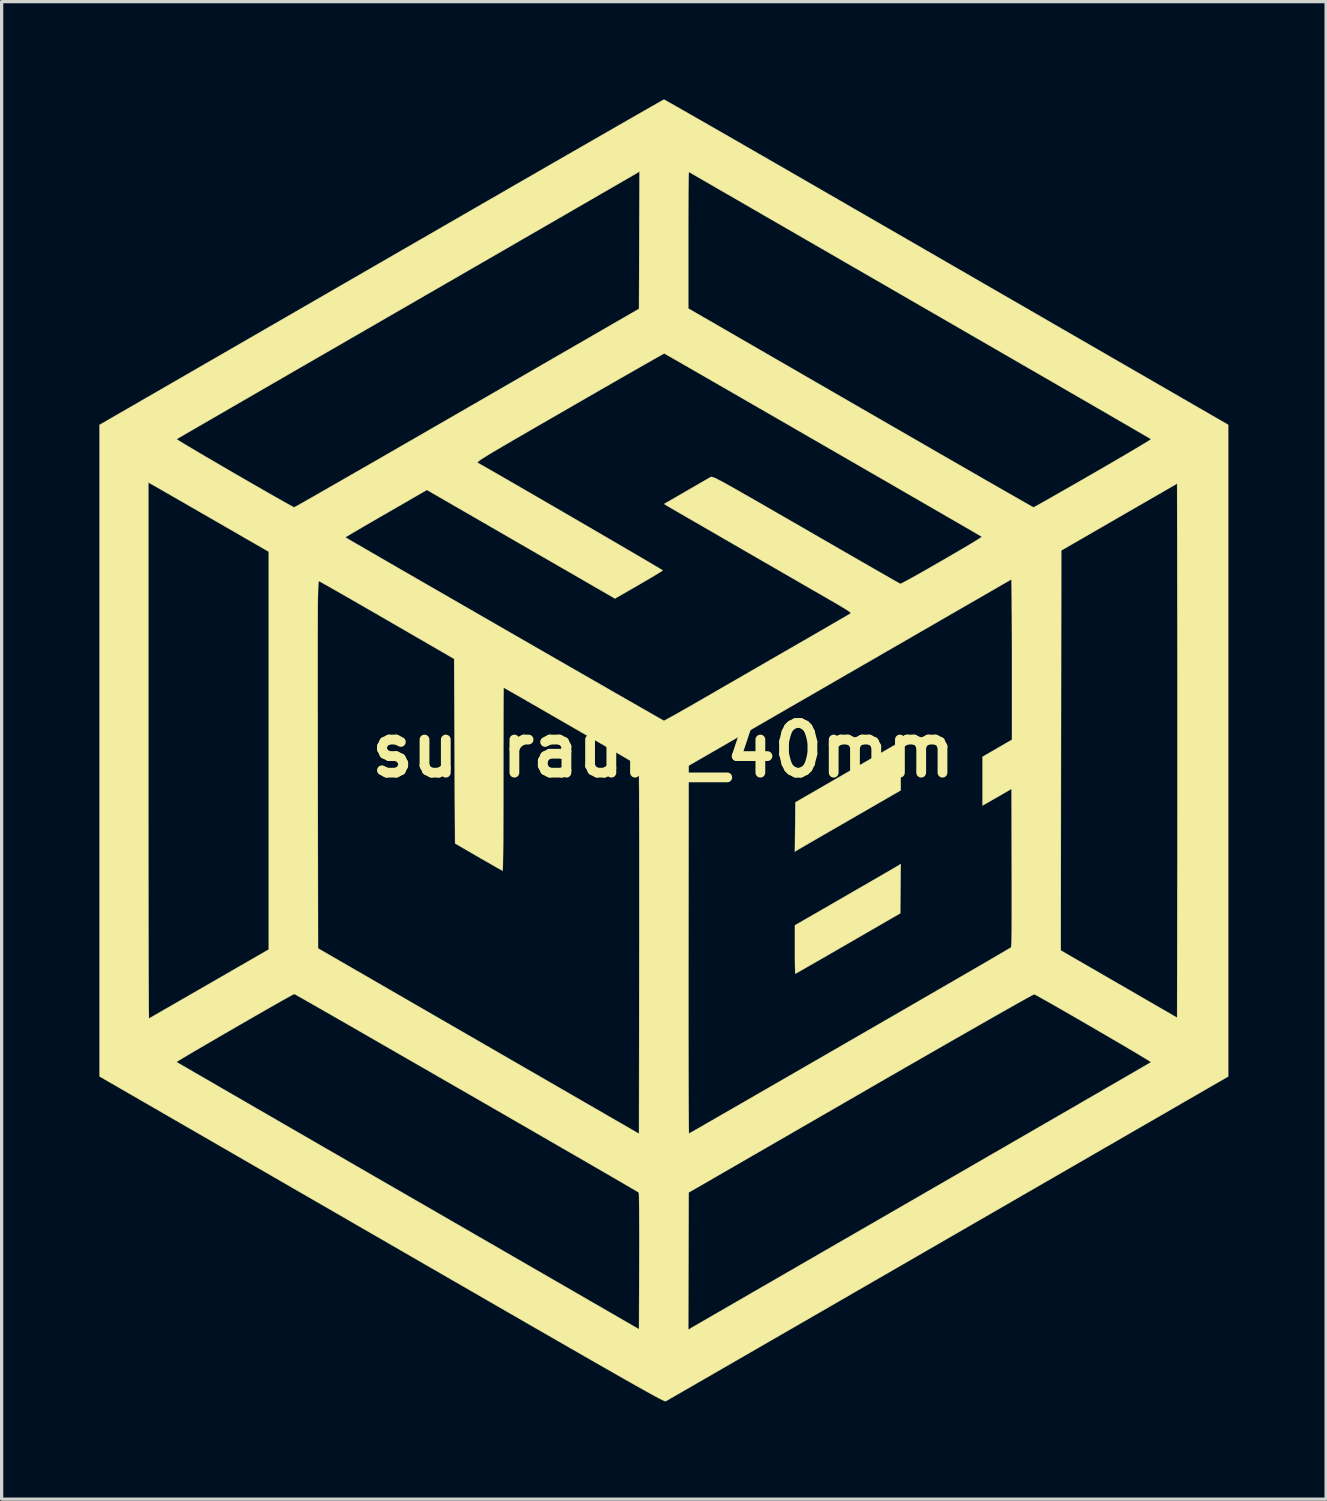
<source format=kicad_pcb>
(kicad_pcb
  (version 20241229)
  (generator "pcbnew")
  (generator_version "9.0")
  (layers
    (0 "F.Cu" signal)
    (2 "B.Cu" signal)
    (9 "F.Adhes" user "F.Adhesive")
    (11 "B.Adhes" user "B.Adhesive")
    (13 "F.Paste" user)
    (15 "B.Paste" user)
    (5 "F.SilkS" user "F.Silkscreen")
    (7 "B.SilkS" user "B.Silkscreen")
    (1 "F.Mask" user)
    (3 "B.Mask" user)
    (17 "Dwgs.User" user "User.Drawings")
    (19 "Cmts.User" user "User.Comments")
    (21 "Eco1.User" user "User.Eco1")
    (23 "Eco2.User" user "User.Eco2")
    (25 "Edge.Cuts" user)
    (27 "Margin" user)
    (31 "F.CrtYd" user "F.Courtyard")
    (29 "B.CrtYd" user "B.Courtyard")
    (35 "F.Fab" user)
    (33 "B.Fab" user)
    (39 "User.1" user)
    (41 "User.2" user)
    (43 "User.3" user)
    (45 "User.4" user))
  (footprint "subraum_40mm"
    (layer "F.Cu")
    (at 17.305 19.968)
    (property "Reference" "subraum_40mm" (at 0 0 0) (layer "F.SilkS") (effects (font (size 1.524 1.524) (thickness 0.3))))
    (attr through_hole)
    (fp_poly (pts (xy 7.273 -0.227) (xy 7.276 -0.151) (xy 7.278 -0.033) (xy 7.28 0.119) (xy 7.281 0.298) (xy 7.281 0.489) (xy 7.281 1.232) (xy 5.722 2.131) (xy 5.449 2.289) (xy 5.189 2.439) (xy 4.946 2.579) (xy 4.725 2.707) (xy 4.531 2.819) (xy 4.367 2.914) (xy 4.239 2.989) (xy 4.149 3.041) (xy 4.103 3.069) (xy 4.099 3.071) (xy 4.035 3.112) (xy 4.042 2.356) (xy 4.05 1.6) (xy 5.655 0.673) (xy 5.93 0.514) (xy 6.191 0.364) (xy 6.433 0.224) (xy 6.653 0.098) (xy 6.845 -0.012) (xy 7.007 -0.105) (xy 7.133 -0.177) (xy 7.221 -0.227) (xy 7.266 -0.252) (xy 7.27 -0.254) (xy 7.273 -0.227)) (stroke (width 0.01) (type solid)) (fill yes) (layer "F.SilkS"))
    (fp_poly (pts (xy 7.275 4.248) (xy 7.267 5.004) (xy 5.664 5.931) (xy 5.388 6.09) (xy 5.127 6.241) (xy 4.885 6.38) (xy 4.666 6.506) (xy 4.473 6.617) (xy 4.312 6.709) (xy 4.185 6.782) (xy 4.097 6.831) (xy 4.053 6.856) (xy 4.048 6.858) (xy 4.045 6.831) (xy 4.042 6.755) (xy 4.039 6.637) (xy 4.037 6.485) (xy 4.036 6.306) (xy 4.036 6.116) (xy 4.036 5.373) (xy 5.595 4.474) (xy 5.868 4.316) (xy 6.129 4.166) (xy 6.371 4.025) (xy 6.592 3.898) (xy 6.786 3.785) (xy 6.95 3.69) (xy 7.079 3.615) (xy 7.168 3.563) (xy 7.214 3.536) (xy 7.218 3.533) (xy 7.282 3.492) (xy 7.275 4.248)) (stroke (width 0.01) (type solid)) (fill yes) (layer "F.SilkS"))
    (fp_poly (pts (xy 0.044 -19.949) (xy 0.118 -19.908) (xy 0.236 -19.841) (xy 0.396 -19.751) (xy 0.595 -19.637) (xy 0.832 -19.502) (xy 1.104 -19.346) (xy 1.409 -19.171) (xy 1.744 -18.979) (xy 2.106 -18.771) (xy 2.495 -18.547) (xy 2.907 -18.31) (xy 3.341 -18.06) (xy 3.793 -17.8) (xy 4.261 -17.53) (xy 4.744 -17.251) (xy 5.027 -17.088) (xy 5.894 -16.587) (xy 6.713 -16.114) (xy 7.488 -15.667) (xy 8.218 -15.245) (xy 8.907 -14.847) (xy 9.556 -14.472) (xy 10.165 -14.12) (xy 10.739 -13.789) (xy 11.277 -13.479) (xy 11.781 -13.187) (xy 12.254 -12.914) (xy 12.697 -12.658) (xy 13.112 -12.419) (xy 13.501 -12.194) (xy 13.865 -11.984) (xy 14.205 -11.788) (xy 14.525 -11.603) (xy 14.825 -11.43) (xy 15.107 -11.267) (xy 15.373 -11.113) (xy 15.625 -10.968) (xy 15.864 -10.83) (xy 15.91 -10.803) (xy 17.328 -9.985) (xy 17.328 10.013) (xy 15.91 10.831) (xy 15.65 10.982) (xy 15.348 11.156) (xy 15.013 11.35) (xy 14.651 11.558) (xy 14.272 11.777) (xy 13.882 12.003) (xy 13.489 12.229) (xy 13.1 12.454) (xy 12.725 12.671) (xy 12.418 12.848) (xy 11.451 13.406) (xy 10.532 13.937) (xy 9.66 14.44) (xy 8.834 14.917) (xy 8.053 15.368) (xy 7.315 15.794) (xy 6.621 16.195) (xy 5.967 16.572) (xy 5.355 16.926) (xy 4.782 17.257) (xy 4.248 17.565) (xy 3.751 17.852) (xy 3.291 18.117) (xy 2.867 18.362) (xy 2.477 18.587) (xy 2.12 18.793) (xy 1.796 18.98) (xy 1.504 19.149) (xy 1.242 19.3) (xy 1.009 19.434) (xy 0.805 19.552) (xy 0.628 19.654) (xy 0.477 19.741) (xy 0.352 19.813) (xy 0.251 19.871) (xy 0.173 19.916) (xy 0.118 19.948) (xy 0.083 19.967) (xy 0.069 19.975) (xy 0.059 19.975) (xy 0.039 19.969) (xy 0.008 19.956) (xy -0.036 19.936) (xy -0.094 19.906) (xy -0.168 19.868) (xy -0.259 19.819) (xy -0.368 19.759) (xy -0.498 19.688) (xy -0.649 19.603) (xy -0.823 19.506) (xy -1.022 19.394) (xy -1.246 19.266) (xy -1.498 19.123) (xy -1.778 18.963) (xy -2.088 18.786) (xy -2.43 18.59) (xy -2.805 18.374) (xy -3.215 18.139) (xy -3.66 17.883) (xy -3.83 17.785) (xy 0.762 17.785) (xy 0.854 17.729) (xy 0.885 17.71) (xy 0.964 17.664) (xy 1.088 17.593) (xy 1.255 17.496) (xy 1.462 17.376) (xy 1.709 17.233) (xy 1.993 17.069) (xy 2.312 16.885) (xy 2.664 16.681) (xy 3.047 16.46) (xy 3.46 16.222) (xy 3.899 15.968) (xy 4.364 15.699) (xy 4.853 15.417) (xy 5.362 15.123) (xy 5.891 14.818) (xy 6.438 14.502) (xy 6.999 14.178) (xy 7.575 13.846) (xy 7.945 13.632) (xy 8.526 13.296) (xy 9.096 12.967) (xy 9.65 12.647) (xy 10.188 12.336) (xy 10.708 12.036) (xy 11.207 11.748) (xy 11.684 11.472) (xy 12.136 11.211) (xy 12.562 10.965) (xy 12.96 10.734) (xy 13.328 10.522) (xy 13.663 10.327) (xy 13.965 10.153) (xy 14.231 9.999) (xy 14.458 9.867) (xy 14.646 9.758) (xy 14.792 9.673) (xy 14.895 9.613) (xy 14.951 9.58) (xy 14.963 9.572) (xy 14.942 9.556) (xy 14.876 9.515) (xy 14.771 9.45) (xy 14.631 9.366) (xy 14.461 9.264) (xy 14.264 9.148) (xy 14.047 9.02) (xy 13.813 8.883) (xy 13.567 8.739) (xy 13.314 8.592) (xy 13.058 8.443) (xy 12.804 8.296) (xy 12.557 8.153) (xy 12.321 8.017) (xy 12.101 7.891) (xy 11.902 7.777) (xy 11.728 7.679) (xy 11.583 7.598) (xy 11.474 7.537) (xy 11.403 7.5) (xy 11.378 7.488) (xy 11.349 7.501) (xy 11.273 7.541) (xy 11.153 7.607) (xy 10.991 7.697) (xy 10.787 7.811) (xy 10.546 7.948) (xy 10.268 8.105) (xy 9.956 8.283) (xy 9.612 8.479) (xy 9.238 8.693) (xy 8.835 8.923) (xy 8.408 9.168) (xy 7.956 9.428) (xy 7.482 9.7) (xy 6.989 9.984) (xy 6.479 10.278) (xy 6.054 10.524) (xy 0.776 13.571) (xy 0.769 15.678) (xy 0.762 17.785) (xy -3.83 17.785) (xy -4.143 17.605) (xy -4.665 17.304) (xy -5.227 16.98) (xy -5.83 16.632) (xy -6.477 16.259) (xy -7.168 15.86) (xy -7.906 15.434) (xy -8.644 15.008) (xy -17.3 10.01) (xy -17.3 9.567) (xy -14.939 9.567) (xy -14.914 9.582) (xy -14.842 9.625) (xy -14.724 9.693) (xy -14.564 9.786) (xy -14.363 9.903) (xy -14.122 10.042) (xy -13.844 10.203) (xy -13.53 10.385) (xy -13.184 10.585) (xy -12.805 10.804) (xy -12.397 11.04) (xy -11.961 11.292) (xy -11.5 11.559) (xy -11.014 11.839) (xy -10.507 12.133) (xy -9.979 12.437) (xy -9.434 12.752) (xy -8.873 13.077) (xy -8.297 13.409) (xy -7.837 13.674) (xy -0.748 17.767) (xy -0.741 15.68) (xy -0.74 15.341) (xy -0.739 15.02) (xy -0.74 14.719) (xy -0.741 14.443) (xy -0.742 14.197) (xy -0.744 13.986) (xy -0.746 13.813) (xy -0.748 13.683) (xy -0.751 13.601) (xy -0.755 13.571) (xy -0.782 13.554) (xy -0.856 13.51) (xy -0.973 13.442) (xy -1.13 13.35) (xy -1.326 13.236) (xy -1.556 13.102) (xy -1.819 12.95) (xy -2.112 12.78) (xy -2.432 12.595) (xy -2.776 12.396) (xy -3.142 12.185) (xy -3.526 11.963) (xy -3.927 11.731) (xy -4.341 11.492) (xy -4.766 11.247) (xy -5.198 10.998) (xy -5.636 10.745) (xy -6.077 10.491) (xy -6.517 10.238) (xy -6.954 9.986) (xy -7.386 9.737) (xy -7.809 9.494) (xy -8.221 9.257) (xy -8.619 9.028) (xy -9.001 8.808) (xy -9.363 8.6) (xy -9.703 8.404) (xy -10.019 8.223) (xy -10.307 8.058) (xy -10.565 7.91) (xy -10.79 7.782) (xy -10.979 7.674) (xy -11.13 7.588) (xy -11.24 7.526) (xy -11.306 7.489) (xy -11.325 7.479) (xy -11.355 7.493) (xy -11.428 7.532) (xy -11.54 7.594) (xy -11.687 7.676) (xy -11.863 7.776) (xy -12.064 7.89) (xy -12.286 8.017) (xy -12.523 8.153) (xy -12.771 8.296) (xy -13.027 8.443) (xy -13.284 8.592) (xy -13.538 8.739) (xy -13.785 8.883) (xy -14.02 9.019) (xy -14.238 9.147) (xy -14.435 9.262) (xy -14.606 9.363) (xy -14.747 9.447) (xy -14.852 9.511) (xy -14.918 9.552) (xy -14.939 9.567) (xy -17.3 9.567) (xy -17.3 0.015) (xy -15.804 0.015) (xy -15.804 0.692) (xy -15.804 1.355) (xy -15.804 2.001) (xy -15.803 2.627) (xy -15.803 3.232) (xy -15.802 3.814) (xy -15.801 4.369) (xy -15.8 4.897) (xy -15.799 5.394) (xy -15.798 5.859) (xy -15.797 6.289) (xy -15.796 6.682) (xy -15.794 7.035) (xy -15.793 7.348) (xy -15.791 7.617) (xy -15.79 7.84) (xy -15.788 8.016) (xy -15.786 8.141) (xy -15.785 8.214) (xy -15.783 8.233) (xy -15.756 8.217) (xy -15.684 8.176) (xy -15.57 8.11) (xy -15.419 8.023) (xy -15.235 7.917) (xy -15.021 7.794) (xy -14.781 7.655) (xy -14.519 7.504) (xy -14.239 7.343) (xy -13.944 7.173) (xy -13.935 7.168) (xy -12.107 6.114) (xy -12.107 -2.876) (xy -10.607 -2.876) (xy -10.607 -2.471) (xy -10.607 -2.021) (xy -10.607 -1.525) (xy -10.606 -0.98) (xy -10.606 -0.383) (xy -10.605 0.267) (xy -10.605 0.441) (xy -10.597 6.081) (xy -5.673 8.925) (xy -0.748 11.769) (xy -0.743 7.76) (xy 0.768 7.76) (xy 0.768 8.268) (xy 0.768 8.751) (xy 0.769 9.209) (xy 0.77 9.637) (xy 0.771 10.034) (xy 0.772 10.397) (xy 0.773 10.724) (xy 0.775 11.01) (xy 0.777 11.255) (xy 0.778 11.455) (xy 0.78 11.607) (xy 0.783 11.71) (xy 0.785 11.759) (xy 0.786 11.764) (xy 0.812 11.749) (xy 0.885 11.707) (xy 1.003 11.64) (xy 1.162 11.549) (xy 1.361 11.434) (xy 1.597 11.298) (xy 1.868 11.142) (xy 2.171 10.967) (xy 2.505 10.775) (xy 2.867 10.566) (xy 3.254 10.343) (xy 3.665 10.106) (xy 4.097 9.857) (xy 4.547 9.597) (xy 5.014 9.328) (xy 5.495 9.05) (xy 5.718 8.921) (xy 6.205 8.64) (xy 6.678 8.367) (xy 7.137 8.102) (xy 7.578 7.847) (xy 7.999 7.603) (xy 8.398 7.372) (xy 8.773 7.155) (xy 9.12 6.954) (xy 9.439 6.769) (xy 9.726 6.603) (xy 9.979 6.456) (xy 10.196 6.329) (xy 10.374 6.225) (xy 10.511 6.145) (xy 10.513 6.144) (xy 12.192 6.144) (xy 15.762 8.208) (xy 15.769 4.12) (xy 15.77 3.548) (xy 15.771 2.929) (xy 15.771 2.271) (xy 15.772 1.585) (xy 15.772 0.878) (xy 15.772 0.16) (xy 15.772 -0.56) (xy 15.772 -1.272) (xy 15.772 -1.968) (xy 15.771 -2.639) (xy 15.77 -3.275) (xy 15.77 -3.868) (xy 15.769 -4.074) (xy 15.762 -8.18) (xy 13.984 -7.154) (xy 12.206 -6.127) (xy 12.199 0.009) (xy 12.192 6.144) (xy 10.513 6.144) (xy 10.606 6.089) (xy 10.655 6.06) (xy 10.661 6.056) (xy 10.668 6.039) (xy 10.673 6) (xy 10.678 5.935) (xy 10.682 5.841) (xy 10.685 5.715) (xy 10.688 5.555) (xy 10.689 5.357) (xy 10.691 5.118) (xy 10.691 4.835) (xy 10.691 4.506) (xy 10.691 4.126) (xy 10.69 3.694) (xy 10.689 3.604) (xy 10.682 1.185) (xy 10.4 1.349) (xy 10.267 1.426) (xy 10.133 1.503) (xy 10.016 1.57) (xy 9.955 1.605) (xy 9.793 1.697) (xy 9.793 0.202) (xy 10.245 -0.06) (xy 10.696 -0.322) (xy 10.696 -2.787) (xy 10.696 -3.154) (xy 10.695 -3.505) (xy 10.694 -3.835) (xy 10.693 -4.139) (xy 10.691 -4.415) (xy 10.689 -4.658) (xy 10.686 -4.865) (xy 10.684 -5.03) (xy 10.681 -5.15) (xy 10.678 -5.221) (xy 10.675 -5.24) (xy 10.649 -5.225) (xy 10.576 -5.183) (xy 10.459 -5.116) (xy 10.302 -5.025) (xy 10.105 -4.911) (xy 9.872 -4.777) (xy 9.605 -4.623) (xy 9.306 -4.45) (xy 8.979 -4.262) (xy 8.626 -4.058) (xy 8.249 -3.84) (xy 7.85 -3.61) (xy 7.433 -3.369) (xy 6.999 -3.119) (xy 6.552 -2.86) (xy 6.435 -2.793) (xy 5.972 -2.526) (xy 5.514 -2.262) (xy 5.066 -2.003) (xy 4.629 -1.75) (xy 4.207 -1.507) (xy 3.803 -1.274) (xy 3.421 -1.053) (xy 3.063 -0.846) (xy 2.732 -0.655) (xy 2.431 -0.482) (xy 2.164 -0.328) (xy 1.934 -0.195) (xy 1.743 -0.085) (xy 1.596 0.001) (xy 1.496 0.058) (xy 0.776 0.474) (xy 0.769 6.124) (xy 0.768 6.686) (xy 0.768 7.232) (xy 0.768 7.76) (xy -0.743 7.76) (xy -0.741 6.133) (xy -0.74 5.573) (xy -0.74 5.028) (xy -0.74 4.501) (xy -0.74 3.994) (xy -0.74 3.51) (xy -0.74 3.052) (xy -0.741 2.623) (xy -0.742 2.224) (xy -0.743 1.86) (xy -0.744 1.532) (xy -0.745 1.243) (xy -0.747 0.996) (xy -0.748 0.794) (xy -0.75 0.639) (xy -0.752 0.534) (xy -0.754 0.481) (xy -0.755 0.476) (xy -0.782 0.459) (xy -0.853 0.417) (xy -0.964 0.351) (xy -1.111 0.266) (xy -1.289 0.162) (xy -1.494 0.043) (xy -1.722 -0.09) (xy -1.968 -0.232) (xy -2.228 -0.383) (xy -2.498 -0.539) (xy -2.773 -0.698) (xy -3.049 -0.857) (xy -3.321 -1.014) (xy -3.585 -1.166) (xy -3.837 -1.312) (xy -4.073 -1.447) (xy -4.288 -1.571) (xy -4.477 -1.679) (xy -4.637 -1.771) (xy -4.763 -1.843) (xy -4.85 -1.892) (xy -4.895 -1.917) (xy -4.9 -1.919) (xy -4.902 -1.892) (xy -4.903 -1.811) (xy -4.904 -1.682) (xy -4.906 -1.508) (xy -4.907 -1.292) (xy -4.908 -1.039) (xy -4.909 -0.753) (xy -4.909 -0.436) (xy -4.91 -0.093) (xy -4.91 0.272) (xy -4.911 0.655) (xy -4.911 0.889) (xy -4.911 1.282) (xy -4.911 1.658) (xy -4.912 2.015) (xy -4.914 2.347) (xy -4.915 2.652) (xy -4.917 2.925) (xy -4.919 3.163) (xy -4.922 3.362) (xy -4.924 3.518) (xy -4.927 3.628) (xy -4.93 3.687) (xy -4.932 3.696) (xy -4.961 3.682) (xy -5.032 3.644) (xy -5.14 3.583) (xy -5.278 3.505) (xy -5.439 3.413) (xy -5.618 3.31) (xy -5.673 3.278) (xy -6.392 2.861) (xy -6.421 -2.803) (xy -8.467 -3.987) (xy -8.779 -4.168) (xy -9.079 -4.34) (xy -9.361 -4.503) (xy -9.622 -4.653) (xy -9.86 -4.789) (xy -10.068 -4.908) (xy -10.245 -5.009) (xy -10.387 -5.089) (xy -10.489 -5.146) (xy -10.549 -5.179) (xy -10.562 -5.185) (xy -10.568 -5.185) (xy -10.573 -5.179) (xy -10.578 -5.166) (xy -10.583 -5.142) (xy -10.587 -5.106) (xy -10.59 -5.055) (xy -10.593 -4.988) (xy -10.596 -4.901) (xy -10.599 -4.793) (xy -10.601 -4.66) (xy -10.603 -4.502) (xy -10.604 -4.315) (xy -10.605 -4.098) (xy -10.606 -3.848) (xy -10.607 -3.562) (xy -10.607 -3.239) (xy -10.607 -2.876) (xy -12.107 -2.876) (xy -12.107 -6.09) (xy -12.874 -6.532) (xy -9.758 -6.532) (xy -9.731 -6.515) (xy -9.657 -6.471) (xy -9.541 -6.403) (xy -9.384 -6.312) (xy -9.19 -6.2) (xy -8.961 -6.067) (xy -8.701 -5.916) (xy -8.411 -5.749) (xy -8.095 -5.566) (xy -7.756 -5.371) (xy -7.397 -5.163) (xy -7.019 -4.946) (xy -6.627 -4.72) (xy -6.223 -4.487) (xy -5.81 -4.249) (xy -5.391 -4.007) (xy -4.968 -3.763) (xy -4.544 -3.519) (xy -4.123 -3.277) (xy -3.706 -3.037) (xy -3.298 -2.802) (xy -2.9 -2.573) (xy -2.515 -2.352) (xy -2.147 -2.141) (xy -1.798 -1.941) (xy -1.472 -1.753) (xy -1.17 -1.58) (xy -0.895 -1.423) (xy -0.651 -1.283) (xy -0.441 -1.163) (xy -0.267 -1.063) (xy -0.131 -0.986) (xy -0.038 -0.933) (xy 0.011 -0.906) (xy 0.018 -0.903) (xy 0.047 -0.917) (xy 0.121 -0.957) (xy 0.235 -1.02) (xy 0.385 -1.103) (xy 0.566 -1.206) (xy 0.773 -1.324) (xy 1.003 -1.455) (xy 1.251 -1.598) (xy 1.471 -1.725) (xy 1.792 -1.911) (xy 2.148 -2.116) (xy 2.528 -2.335) (xy 2.918 -2.561) (xy 3.306 -2.785) (xy 3.68 -3.001) (xy 4.028 -3.201) (xy 4.29 -3.352) (xy 4.548 -3.501) (xy 4.792 -3.642) (xy 5.018 -3.773) (xy 5.221 -3.891) (xy 5.397 -3.993) (xy 5.541 -4.076) (xy 5.648 -4.139) (xy 5.714 -4.178) (xy 5.735 -4.19) (xy 5.744 -4.204) (xy 5.733 -4.226) (xy 5.698 -4.257) (xy 5.632 -4.302) (xy 5.531 -4.365) (xy 5.39 -4.449) (xy 5.241 -4.536) (xy 5.135 -4.597) (xy 4.985 -4.684) (xy 4.795 -4.794) (xy 4.569 -4.924) (xy 4.314 -5.071) (xy 4.032 -5.234) (xy 3.729 -5.409) (xy 3.409 -5.594) (xy 3.077 -5.785) (xy 2.738 -5.981) (xy 2.441 -6.152) (xy 2.111 -6.343) (xy 1.794 -6.526) (xy 1.494 -6.7) (xy 1.213 -6.862) (xy 0.956 -7.011) (xy 0.726 -7.144) (xy 0.526 -7.259) (xy 0.361 -7.355) (xy 0.233 -7.429) (xy 0.147 -7.48) (xy 0.105 -7.504) (xy 0.104 -7.505) (xy 0.024 -7.555) (xy 0.696 -7.944) (xy 0.876 -8.048) (xy 1.044 -8.145) (xy 1.191 -8.23) (xy 1.312 -8.3) (xy 1.397 -8.349) (xy 1.442 -8.375) (xy 1.442 -8.375) (xy 1.454 -8.381) (xy 1.469 -8.384) (xy 1.488 -8.383) (xy 1.516 -8.376) (xy 1.553 -8.362) (xy 1.604 -8.34) (xy 1.671 -8.307) (xy 1.756 -8.263) (xy 1.862 -8.206) (xy 1.992 -8.134) (xy 2.148 -8.047) (xy 2.334 -7.941) (xy 2.551 -7.817) (xy 2.803 -7.673) (xy 3.092 -7.507) (xy 3.421 -7.317) (xy 3.792 -7.103) (xy 4.209 -6.863) (xy 4.378 -6.765) (xy 4.748 -6.551) (xy 5.105 -6.346) (xy 5.445 -6.149) (xy 5.766 -5.965) (xy 6.064 -5.793) (xy 6.337 -5.636) (xy 6.58 -5.496) (xy 6.792 -5.375) (xy 6.969 -5.274) (xy 7.108 -5.194) (xy 7.206 -5.139) (xy 7.26 -5.108) (xy 7.27 -5.103) (xy 7.3 -5.115) (xy 7.373 -5.152) (xy 7.482 -5.21) (xy 7.623 -5.288) (xy 7.789 -5.38) (xy 7.975 -5.486) (xy 8.176 -5.6) (xy 8.386 -5.721) (xy 8.6 -5.844) (xy 8.811 -5.967) (xy 9.015 -6.086) (xy 9.206 -6.198) (xy 9.378 -6.3) (xy 9.525 -6.389) (xy 9.643 -6.461) (xy 9.726 -6.514) (xy 9.768 -6.544) (xy 9.772 -6.549) (xy 9.746 -6.565) (xy 9.673 -6.607) (xy 9.558 -6.674) (xy 9.402 -6.765) (xy 9.209 -6.877) (xy 8.981 -7.009) (xy 8.721 -7.159) (xy 8.433 -7.326) (xy 8.118 -7.508) (xy 7.779 -7.704) (xy 7.42 -7.911) (xy 7.044 -8.129) (xy 6.653 -8.355) (xy 6.249 -8.587) (xy 5.837 -8.826) (xy 5.418 -9.067) (xy 4.996 -9.311) (xy 4.573 -9.555) (xy 4.152 -9.798) (xy 3.736 -10.038) (xy 3.329 -10.273) (xy 2.931 -10.502) (xy 2.548 -10.723) (xy 2.181 -10.935) (xy 1.833 -11.135) (xy 1.507 -11.323) (xy 1.206 -11.497) (xy 0.932 -11.654) (xy 0.689 -11.794) (xy 0.48 -11.914) (xy 0.307 -12.013) (xy 0.173 -12.09) (xy 0.081 -12.143) (xy 0.033 -12.17) (xy 0.027 -12.173) (xy 0.001 -12.16) (xy -0.071 -12.12) (xy -0.186 -12.056) (xy -0.34 -11.968) (xy -0.532 -11.859) (xy -0.757 -11.731) (xy -1.012 -11.585) (xy -1.296 -11.423) (xy -1.604 -11.246) (xy -1.933 -11.057) (xy -2.281 -10.856) (xy -2.645 -10.647) (xy -2.875 -10.514) (xy -3.312 -10.262) (xy -3.703 -10.037) (xy -4.05 -9.836) (xy -4.355 -9.659) (xy -4.622 -9.505) (xy -4.852 -9.37) (xy -5.048 -9.255) (xy -5.213 -9.158) (xy -5.349 -9.076) (xy -5.458 -9.009) (xy -5.544 -8.955) (xy -5.609 -8.912) (xy -5.654 -8.879) (xy -5.684 -8.855) (xy -5.699 -8.838) (xy -5.704 -8.826) (xy -5.699 -8.818) (xy -5.695 -8.816) (xy -5.624 -8.776) (xy -5.512 -8.713) (xy -5.362 -8.627) (xy -5.179 -8.522) (xy -4.965 -8.399) (xy -4.724 -8.26) (xy -4.461 -8.108) (xy -4.178 -7.944) (xy -3.88 -7.772) (xy -3.571 -7.592) (xy -3.253 -7.408) (xy -2.931 -7.221) (xy -2.608 -7.033) (xy -2.288 -6.847) (xy -1.975 -6.665) (xy -1.673 -6.488) (xy -1.384 -6.32) (xy -1.114 -6.162) (xy -0.864 -6.016) (xy -0.64 -5.885) (xy -0.445 -5.77) (xy -0.283 -5.674) (xy -0.156 -5.599) (xy -0.07 -5.547) (xy -0.027 -5.521) (xy -0.023 -5.518) (xy -0.047 -5.498) (xy -0.113 -5.455) (xy -0.217 -5.391) (xy -0.352 -5.31) (xy -0.512 -5.216) (xy -0.69 -5.112) (xy -0.754 -5.075) (xy -1.485 -4.654) (xy -4.371 -6.32) (xy -7.256 -7.986) (xy -8.51 -7.262) (xy -8.753 -7.122) (xy -8.979 -6.991) (xy -9.186 -6.871) (xy -9.367 -6.765) (xy -9.52 -6.675) (xy -9.638 -6.605) (xy -9.718 -6.557) (xy -9.756 -6.533) (xy -9.758 -6.532) (xy -12.874 -6.532) (xy -13.892 -7.119) (xy -14.185 -7.287) (xy -14.464 -7.448) (xy -14.726 -7.599) (xy -14.967 -7.738) (xy -15.183 -7.862) (xy -15.369 -7.969) (xy -15.522 -8.057) (xy -15.638 -8.123) (xy -15.713 -8.165) (xy -15.741 -8.181) (xy -15.804 -8.215) (xy -15.804 0.015) (xy -17.3 0.015) (xy -17.3 -9.544) (xy -14.934 -9.544) (xy -14.913 -9.527) (xy -14.848 -9.486) (xy -14.743 -9.421) (xy -14.603 -9.337) (xy -14.432 -9.235) (xy -14.235 -9.119) (xy -14.018 -8.991) (xy -13.783 -8.854) (xy -13.537 -8.71) (xy -13.283 -8.562) (xy -13.026 -8.414) (xy -12.772 -8.266) (xy -12.523 -8.123) (xy -12.286 -7.987) (xy -12.065 -7.86) (xy -11.864 -7.746) (xy -11.688 -7.646) (xy -11.542 -7.564) (xy -11.43 -7.503) (xy -11.357 -7.464) (xy -11.328 -7.451) (xy -11.301 -7.465) (xy -11.227 -7.506) (xy -11.109 -7.572) (xy -10.948 -7.663) (xy -10.748 -7.777) (xy -10.51 -7.913) (xy -10.237 -8.07) (xy -9.931 -8.245) (xy -9.594 -8.439) (xy -9.228 -8.649) (xy -8.835 -8.874) (xy -8.419 -9.114) (xy -7.981 -9.367) (xy -7.522 -9.631) (xy -7.047 -9.905) (xy -6.556 -10.188) (xy -6.052 -10.479) (xy -6.022 -10.496) (xy -0.748 -13.542) (xy -0.741 -15.649) (xy -0.741 -15.665) (xy 0.762 -15.665) (xy 0.762 -13.554) (xy 6.045 -10.502) (xy 6.55 -10.211) (xy 7.042 -9.927) (xy 7.519 -9.652) (xy 7.978 -9.387) (xy 8.418 -9.133) (xy 8.836 -8.892) (xy 9.23 -8.666) (xy 9.598 -8.454) (xy 9.937 -8.259) (xy 10.246 -8.082) (xy 10.521 -7.924) (xy 10.762 -7.787) (xy 10.964 -7.671) (xy 11.127 -7.578) (xy 11.248 -7.51) (xy 11.325 -7.467) (xy 11.356 -7.451) (xy 11.356 -7.451) (xy 11.384 -7.464) (xy 11.458 -7.504) (xy 11.572 -7.568) (xy 11.724 -7.653) (xy 11.909 -7.758) (xy 12.123 -7.88) (xy 12.363 -8.017) (xy 12.625 -8.167) (xy 12.904 -8.327) (xy 13.183 -8.488) (xy 13.475 -8.656) (xy 13.751 -8.817) (xy 14.008 -8.967) (xy 14.243 -9.105) (xy 14.451 -9.228) (xy 14.629 -9.334) (xy 14.773 -9.421) (xy 14.879 -9.486) (xy 14.944 -9.528) (xy 14.963 -9.544) (xy 14.937 -9.56) (xy 14.865 -9.603) (xy 14.747 -9.671) (xy 14.586 -9.765) (xy 14.384 -9.882) (xy 14.143 -10.022) (xy 13.864 -10.183) (xy 13.551 -10.365) (xy 13.203 -10.566) (xy 12.825 -10.785) (xy 12.416 -11.021) (xy 11.98 -11.274) (xy 11.518 -11.541) (xy 11.033 -11.821) (xy 10.526 -12.115) (xy 9.998 -12.419) (xy 9.453 -12.734) (xy 8.892 -13.059) (xy 8.316 -13.391) (xy 7.874 -13.646) (xy 7.289 -13.984) (xy 6.717 -14.315) (xy 6.159 -14.637) (xy 5.618 -14.949) (xy 5.096 -15.251) (xy 4.594 -15.541) (xy 4.114 -15.818) (xy 3.658 -16.081) (xy 3.229 -16.329) (xy 2.827 -16.561) (xy 2.456 -16.776) (xy 2.117 -16.972) (xy 1.811 -17.148) (xy 1.541 -17.304) (xy 1.31 -17.438) (xy 1.117 -17.549) (xy 0.967 -17.636) (xy 0.86 -17.698) (xy 0.798 -17.733) (xy 0.783 -17.742) (xy 0.78 -17.717) (xy 0.777 -17.639) (xy 0.773 -17.514) (xy 0.771 -17.345) (xy 0.768 -17.138) (xy 0.766 -16.895) (xy 0.764 -16.622) (xy 0.763 -16.324) (xy 0.762 -16.003) (xy 0.762 -15.665) (xy -0.741 -15.665) (xy -0.733 -17.757) (xy -0.825 -17.7) (xy -0.857 -17.681) (xy -0.936 -17.636) (xy -1.06 -17.564) (xy -1.226 -17.468) (xy -1.434 -17.347) (xy -1.681 -17.205) (xy -1.965 -17.041) (xy -2.284 -16.856) (xy -2.636 -16.653) (xy -3.019 -16.431) (xy -3.431 -16.193) (xy -3.871 -15.939) (xy -4.336 -15.671) (xy -4.824 -15.388) (xy -5.334 -15.094) (xy -5.863 -14.789) (xy -6.409 -14.473) (xy -6.971 -14.149) (xy -7.546 -13.817) (xy -7.916 -13.603) (xy -8.498 -13.267) (xy -9.067 -12.938) (xy -9.622 -12.618) (xy -10.16 -12.307) (xy -10.679 -12.007) (xy -11.179 -11.719) (xy -11.655 -11.443) (xy -12.108 -11.182) (xy -12.534 -10.935) (xy -12.931 -10.705) (xy -13.299 -10.493) (xy -13.635 -10.298) (xy -13.936 -10.124) (xy -14.202 -9.97) (xy -14.43 -9.838) (xy -14.618 -9.729) (xy -14.764 -9.644) (xy -14.866 -9.584) (xy -14.923 -9.551) (xy -14.934 -9.544) (xy -17.3 -9.544) (xy -17.3 -9.982) (xy -8.657 -14.972) (xy -8.01 -15.346) (xy -7.375 -15.712) (xy -6.755 -16.07) (xy -6.15 -16.419) (xy -5.563 -16.758) (xy -4.995 -17.085) (xy -4.449 -17.4) (xy -3.925 -17.701) (xy -3.427 -17.989) (xy -2.954 -18.261) (xy -2.51 -18.516) (xy -2.096 -18.754) (xy -1.713 -18.974) (xy -1.364 -19.175) (xy -1.05 -19.355) (xy -0.773 -19.514) (xy -0.534 -19.65) (xy -0.336 -19.764) (xy -0.18 -19.852) (xy -0.068 -19.916) (xy -0.002 -19.953) (xy 0.017 -19.963) (xy 0.044 -19.949)) (stroke (width 0.01) (type solid)) (fill yes) (layer "F.SilkS")))
  (gr_rect
    (start -3 -3)
    (end 37.639 42.948)
    (stroke (width 0.1) (type default))
    (fill no)
    (layer "Edge.Cuts")))
</source>
